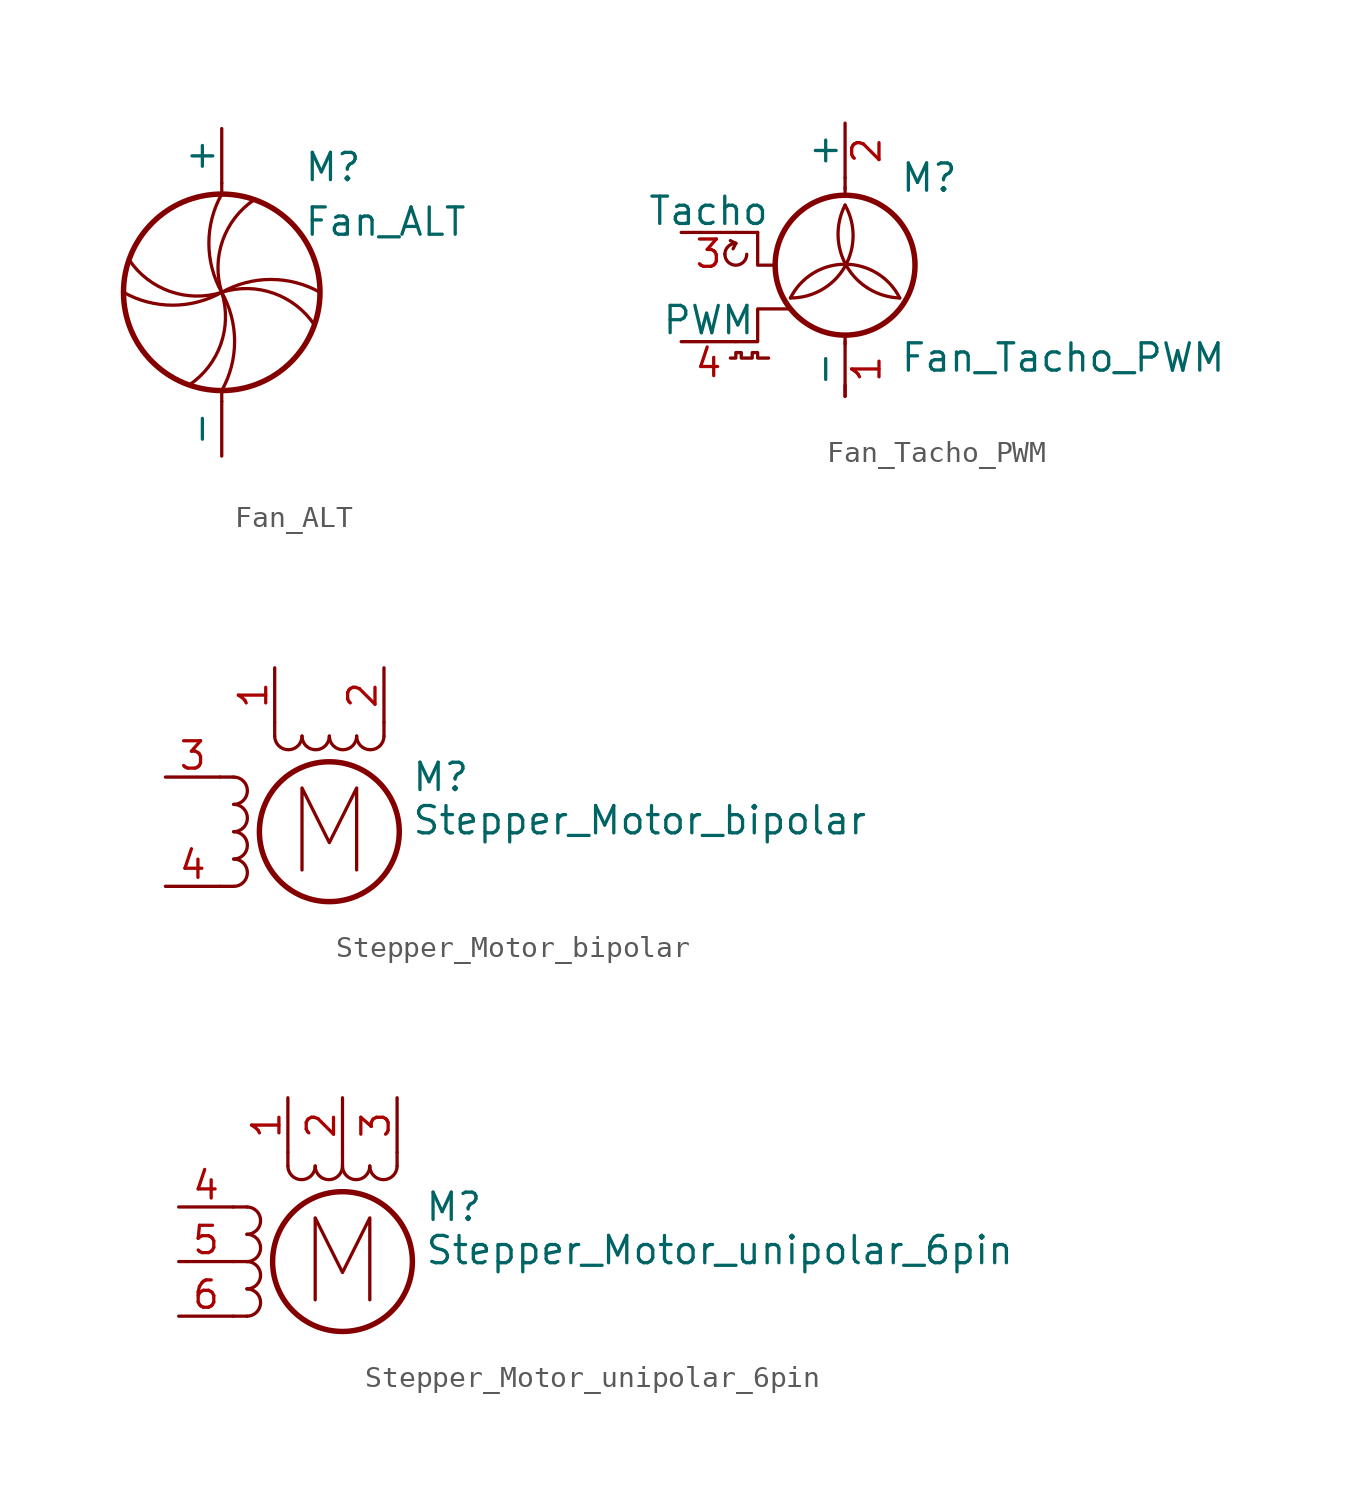
<source format=kicad_sym>
(kicad_symbol_lib
  (version 20201005)
  (generator kicad_symbol_editor)
  (symbol "Fan_ALT"
    (pin_numbers hide)
    (pin_names
      (offset 0))
    (property "Reference" "M"
      (at 3.81 5.08 0)
      (effects (font (size 1.27 1.27)) (justify left bottom)))
    (property "Value" "Fan_ALT"
      (at 3.81 2.54 0)
      (effects (font (size 1.27 1.27)) (justify left bottom)))
    (symbol "Fan_ALT_0_1"
      (arc (start 0 0) (end 0 -4.572) (radius (at -4.064 -2.286) (length 4.6736) (angles -150.6 150.6)) (stroke (width 0)) (fill (type none)))
      (arc (start 0 0) (end -1.524 -4.318) (radius (at -3.6068 -1.143) (length 3.7846) (angles -162.4 123.2)) (stroke (width 0)) (fill (type none)))
      (arc (start 0 0) (end -4.572 0) (radius (at -2.286 4.064) (length 4.6736) (angles -150.6 150.6)) (stroke (width 0)) (fill (type none)))
      (arc (start 0 0) (end -4.318 1.524) (radius (at -1.143 3.6068) (length 3.7846) (angles -162.4 123.2)) (stroke (width 0)) (fill (type none)))
      (arc (start 0 0) (end 4.318 -1.524) (radius (at 1.143 -3.6068) (length 3.7846) (angles -162.4 123.2)) (stroke (width 0)) (fill (type none)))
      (arc (start 0 0) (end 4.572 0) (radius (at 2.286 -4.064) (length 4.6736) (angles -150.6 150.6)) (stroke (width 0)) (fill (type none)))
      (arc (start 0 0) (end 1.524 4.318) (radius (at 3.6068 1.143) (length 3.7846) (angles -162.4 123.2)) (stroke (width 0)) (fill (type none)))
      (arc (start 0 0) (end 0 4.572) (radius (at 4.064 2.286) (length 4.6736) (angles -150.6 150.6)) (stroke (width 0)) (fill (type none)))
      (circle (center 0 0) (radius 4.572) (stroke (width 0.254)) (fill (type none)))
      (polyline (pts (xy 0 -5.08) (xy 0 -4.572)) (stroke (width 0)) (fill (type none)))
      (polyline (pts (xy 0 4.572) (xy 0 5.08)) (stroke (width 0)) (fill (type none))))
    (symbol "Fan_ALT_1_1"
      (pin passive line (at 0 7.62 270) (length 2.54) (name "+" (effects (font (size 1.27 1.27)))) (number "1" (effects (font (size 1.27 1.27)))))
      (pin passive line (at 0 -7.62 90) (length 2.54) (name "-" (effects (font (size 1.27 1.27)))) (number "2" (effects (font (size 1.27 1.27)))))))
  (symbol "Fan_Tacho_PWM"
    (pin_names
      (offset 0))
    (property "Reference" "M"
      (at 2.54 5.08 0)
      (effects (font (size 1.27 1.27)) (justify left)))
    (property "Value" "Fan_Tacho_PWM"
      (at 2.54 -2.54 0)
      (effects (font (size 1.27 1.27)) (justify left top)))
    (symbol "Fan_Tacho_PWM_0_0"
      (arc (start -5.588 1.524) (end -5.08 2.032) (radius (at -5.08 1.524) (length 0.508) (angles 180 90)) (stroke (width 0)) (fill (type none)))
      (arc (start -5.588 1.524) (end -4.572 1.524) (radius (at -5.08 1.524) (length 0.508) (angles -179.9 -0.1)) (stroke (width 0)) (fill (type none)))
      (polyline (pts (xy -5.08 2.032) (xy -5.334 2.159)) (stroke (width 0)) (fill (type none)))
      (polyline (pts (xy -5.08 2.032) (xy -5.207 1.778)) (stroke (width 0)) (fill (type none)))
      (polyline (pts (xy -4.064 2.54) (xy -4.064 1.016) (xy -3.302 1.016)) (stroke (width 0)) (fill (type none))))
    (symbol "Fan_Tacho_PWM_0_1"
      (arc (start 0 3.81) (end -2.54 -0.508) (radius (at -2.4892 2.3876) (length 2.8702) (angles 29.7 -91)) (stroke (width 0)) (fill (type none)))
      (arc (start -2.54 -0.508) (end 2.54 -0.508) (radius (at 0 -1.778) (length 2.8448) (angles 153.4 26.6)) (stroke (width 0)) (fill (type none)))
      (arc (start 2.54 -0.508) (end 0 3.81) (radius (at 2.6162 2.413) (length 2.921) (angles -91.5 151.9)) (stroke (width 0)) (fill (type none)))
      (circle (center 0 1.016) (radius 3.251) (stroke (width 0.254)) (fill (type none)))
      (polyline (pts (xy -4.064 2.54) (xy -5.08 2.54)) (stroke (width 0)) (fill (type none)))
      (polyline (pts (xy 0 -5.08) (xy 0 -4.572)) (stroke (width 0)) (fill (type none)))
      (polyline (pts (xy 0 -2.235) (xy 0 -2.642)) (stroke (width 0)) (fill (type none)))
      (polyline (pts (xy 0 4.267) (xy 0 4.623)) (stroke (width 0)) (fill (type none)))
      (polyline (pts (xy 0 4.572) (xy 0 5.08)) (stroke (width 0)) (fill (type none)))
      (polyline (pts (xy -2.54 -1.016) (xy -4.064 -1.016) (xy -4.064 -2.54) (xy -5.08 -2.54)) (stroke (width 0)) (fill (type none)))
      (polyline (pts (xy -5.334 -3.302) (xy -5.08 -3.302) (xy -5.08 -3.048) (xy -4.826 -3.048) (xy -4.826 -3.302) (xy -4.318 -3.302) (xy -4.318 -3.048) (xy -4.064 -3.048) (xy -4.064 -3.302) (xy -3.556 -3.302)) (stroke (width 0)) (fill (type none))))
    (symbol "Fan_Tacho_PWM_1_1"
      (pin passive line (at 0 -5.08 90) (length 2.54) (name "-" (effects (font (size 1.27 1.27)))) (number "1" (effects (font (size 1.27 1.27)))))
      (pin passive line (at 0 7.62 270) (length 2.54) (name "+" (effects (font (size 1.27 1.27)))) (number "2" (effects (font (size 1.27 1.27)))))
      (pin passive line (at -7.62 2.54 0) (length 2.54) (name "Tacho" (effects (font (size 1.27 1.27)))) (number "3" (effects (font (size 1.27 1.27)))))
      (pin input line (at -7.62 -2.54 0) (length 2.54) (name "PWM" (effects (font (size 1.27 1.27)))) (number "4" (effects (font (size 1.27 1.27)))))))
  (symbol "Stepper_Motor_bipolar"
    (pin_names
      (offset 0) hide)
    (property "Reference" "M"
      (at 3.81 2.54 0)
      (effects (font (size 1.27 1.27)) (justify left)))
    (property "Value" "Stepper_Motor_bipolar"
      (at 3.81 1.27 0)
      (effects (font (size 1.27 1.27)) (justify left top)))
    (symbol "Stepper_Motor_bipolar_0_0"
      (polyline (pts (xy -1.27 -1.778) (xy -1.27 2.032) (xy 0 -0.508) (xy 1.27 2.032) (xy 1.27 -1.778)) (stroke (width 0)) (fill (type none))))
    (symbol "Stepper_Motor_bipolar_0_1"
      (arc (start -4.445 -2.54) (end -4.445 -1.27) (radius (at -4.445 -1.905) (length 0.635) (angles -89.9 89.9)) (stroke (width 0)) (fill (type none)))
      (arc (start -4.445 -1.27) (end -4.445 0) (radius (at -4.445 -0.635) (length 0.635) (angles -89.9 89.9)) (stroke (width 0)) (fill (type none)))
      (arc (start -4.445 0) (end -4.445 1.27) (radius (at -4.445 0.635) (length 0.635) (angles -89.9 89.9)) (stroke (width 0)) (fill (type none)))
      (arc (start -4.445 1.27) (end -4.445 2.54) (radius (at -4.445 1.905) (length 0.635) (angles -89.9 89.9)) (stroke (width 0)) (fill (type none)))
      (arc (start -2.54 4.445) (end -1.27 4.445) (radius (at -1.905 4.445) (length 0.635) (angles -179.9 -0.1)) (stroke (width 0)) (fill (type none)))
      (arc (start -1.27 4.445) (end 0 4.445) (radius (at -0.635 4.445) (length 0.635) (angles -179.9 -0.1)) (stroke (width 0)) (fill (type none)))
      (arc (start 0 4.445) (end 1.27 4.445) (radius (at 0.635 4.445) (length 0.635) (angles -179.9 -0.1)) (stroke (width 0)) (fill (type none)))
      (arc (start 1.27 4.445) (end 2.54 4.445) (radius (at 1.905 4.445) (length 0.635) (angles -179.9 -0.1)) (stroke (width 0)) (fill (type none)))
      (circle (center 0 0) (radius 3.251) (stroke (width 0.254)) (fill (type none)))
      (polyline (pts (xy -5.08 -2.54) (xy -4.445 -2.54)) (stroke (width 0)) (fill (type none)))
      (polyline (pts (xy -5.08 2.54) (xy -4.445 2.54)) (stroke (width 0)) (fill (type none)))
      (polyline (pts (xy -2.54 5.08) (xy -2.54 4.445)) (stroke (width 0)) (fill (type none)))
      (polyline (pts (xy 2.54 5.08) (xy 2.54 4.445)) (stroke (width 0)) (fill (type none))))
    (symbol "Stepper_Motor_bipolar_1_1"
      (pin passive line (at -2.54 7.62 270) (length 2.54) (name "~" (effects (font (size 1.27 1.27)))) (number "1" (effects (font (size 1.27 1.27)))))
      (pin passive line (at 2.54 7.62 270) (length 2.54) (name "-" (effects (font (size 1.27 1.27)))) (number "2" (effects (font (size 1.27 1.27)))))
      (pin passive line (at -7.62 2.54 0) (length 2.54) (name "~" (effects (font (size 1.27 1.27)))) (number "3" (effects (font (size 1.27 1.27)))))
      (pin passive line (at -7.62 -2.54 0) (length 2.54) (name "~" (effects (font (size 1.27 1.27)))) (number "4" (effects (font (size 1.27 1.27)))))))
  (symbol "Stepper_Motor_unipolar_6pin"
    (pin_names
      (offset 0) hide)
    (property "Reference" "M"
      (at 3.81 2.54 0)
      (effects (font (size 1.27 1.27)) (justify left)))
    (property "Value" "Stepper_Motor_unipolar_6pin"
      (at 3.81 1.27 0)
      (effects (font (size 1.27 1.27)) (justify left top)))
    (symbol "Stepper_Motor_unipolar_6pin_0_0"
      (polyline (pts (xy -1.27 -1.778) (xy -1.27 2.032) (xy 0 -0.508) (xy 1.27 2.032) (xy 1.27 -1.778)) (stroke (width 0)) (fill (type none))))
    (symbol "Stepper_Motor_unipolar_6pin_0_1"
      (arc (start -4.445 -2.54) (end -4.445 -1.27) (radius (at -4.445 -1.905) (length 0.635) (angles -89.9 89.9)) (stroke (width 0)) (fill (type none)))
      (arc (start -4.445 -1.27) (end -4.445 0) (radius (at -4.445 -0.635) (length 0.635) (angles -89.9 89.9)) (stroke (width 0)) (fill (type none)))
      (arc (start -4.445 0) (end -4.445 1.27) (radius (at -4.445 0.635) (length 0.635) (angles -89.9 89.9)) (stroke (width 0)) (fill (type none)))
      (arc (start -4.445 1.27) (end -4.445 2.54) (radius (at -4.445 1.905) (length 0.635) (angles -89.9 89.9)) (stroke (width 0)) (fill (type none)))
      (arc (start -2.54 4.445) (end -1.27 4.445) (radius (at -1.905 4.445) (length 0.635) (angles -179.9 -0.1)) (stroke (width 0)) (fill (type none)))
      (arc (start -1.27 4.445) (end 0 4.445) (radius (at -0.635 4.445) (length 0.635) (angles -179.9 -0.1)) (stroke (width 0)) (fill (type none)))
      (arc (start 0 4.445) (end 1.27 4.445) (radius (at 0.635 4.445) (length 0.635) (angles -179.9 -0.1)) (stroke (width 0)) (fill (type none)))
      (arc (start 1.27 4.445) (end 2.54 4.445) (radius (at 1.905 4.445) (length 0.635) (angles -179.9 -0.1)) (stroke (width 0)) (fill (type none)))
      (circle (center 0 0) (radius 3.251) (stroke (width 0.254)) (fill (type none)))
      (polyline (pts (xy -5.08 -2.54) (xy -4.445 -2.54)) (stroke (width 0)) (fill (type none)))
      (polyline (pts (xy -5.08 2.54) (xy -4.445 2.54)) (stroke (width 0)) (fill (type none)))
      (polyline (pts (xy -4.445 0) (xy -5.08 0)) (stroke (width 0)) (fill (type none)))
      (polyline (pts (xy -2.54 4.445) (xy -2.54 5.08)) (stroke (width 0)) (fill (type none)))
      (polyline (pts (xy 0 4.445) (xy 0 5.08)) (stroke (width 0)) (fill (type none)))
      (polyline (pts (xy 2.54 4.445) (xy 2.54 5.08)) (stroke (width 0)) (fill (type none))))
    (symbol "Stepper_Motor_unipolar_6pin_1_1"
      (pin passive line (at -2.54 7.62 270) (length 2.54) (name "~" (effects (font (size 1.27 1.27)))) (number "1" (effects (font (size 1.27 1.27)))))
      (pin passive line (at 0 7.62 270) (length 2.54) (name "~" (effects (font (size 1.27 1.27)))) (number "2" (effects (font (size 1.27 1.27)))))
      (pin passive line (at 2.54 7.62 270) (length 2.54) (name "-" (effects (font (size 1.27 1.27)))) (number "3" (effects (font (size 1.27 1.27)))))
      (pin passive line (at -7.62 2.54 0) (length 2.54) (name "~" (effects (font (size 1.27 1.27)))) (number "4" (effects (font (size 1.27 1.27)))))
      (pin passive line (at -7.62 0 0) (length 2.54) (name "~" (effects (font (size 1.27 1.27)))) (number "5" (effects (font (size 1.27 1.27)))))
      (pin passive line (at -7.62 -2.54 0) (length 2.54) (name "~" (effects (font (size 1.27 1.27)))) (number "6" (effects (font (size 1.27 1.27))))))))
</source>
